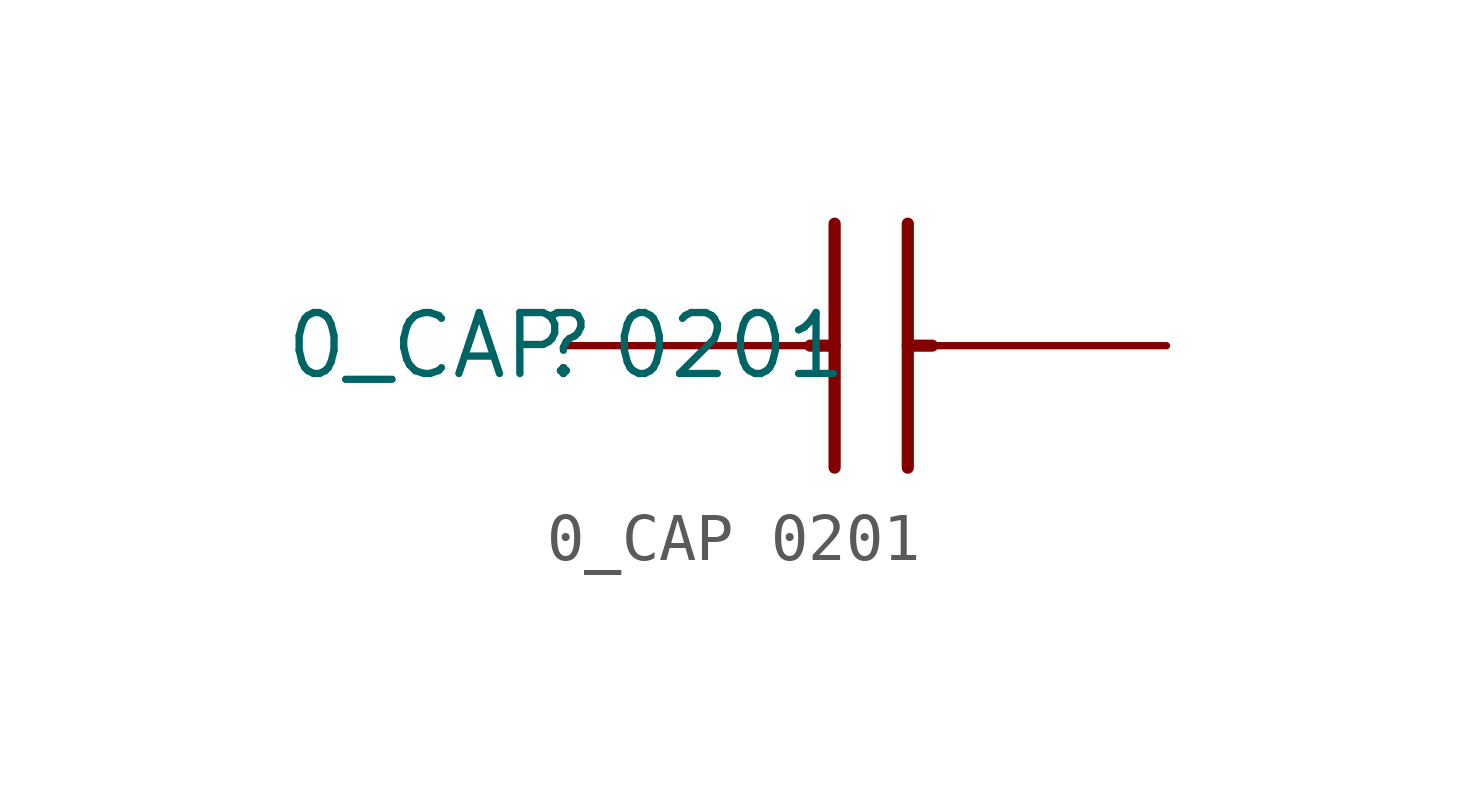
<source format=kicad_sym>
(kicad_symbol_lib
  (version 20210619)
  (generator kicad_symbol_editor)
  (symbol "e-verest-altium-import:0_CAP 0201"
    (property "Reference" ""
      (at 0 0 0)
      (effects (font (size 1.27 1.27))))
    (property "Value" "0_CAP 0201"
      (at 0 0 0)
      (effects (font (size 1.27 1.27))))
    (symbol "0_CAP 0201_1_0"
      (polyline (pts (xy 7.112 0) (xy 7.62 0)) (stroke (width 0.254)) (fill (type none)))
      (polyline (pts (xy 5.08 0) (xy 5.588 0)) (stroke (width 0.254)) (fill (type none)))
      (polyline (pts (xy 5.588 2.54) (xy 5.588 -2.54)) (stroke (width 0.254)) (fill (type none)))
      (polyline (pts (xy 7.112 2.54) (xy 7.112 -2.54)) (stroke (width 0.254)) (fill (type none)))
      (pin passive line (at 0 0 0) (length 5) (name "1" (effects (font (size 0 0)))) (number "1" (effects (font (size 0 0)))))
      (pin passive line (at 12.5 0 180) (length 5) (name "2" (effects (font (size 0 0)))) (number "2" (effects (font (size 0 0))))))))
</source>
